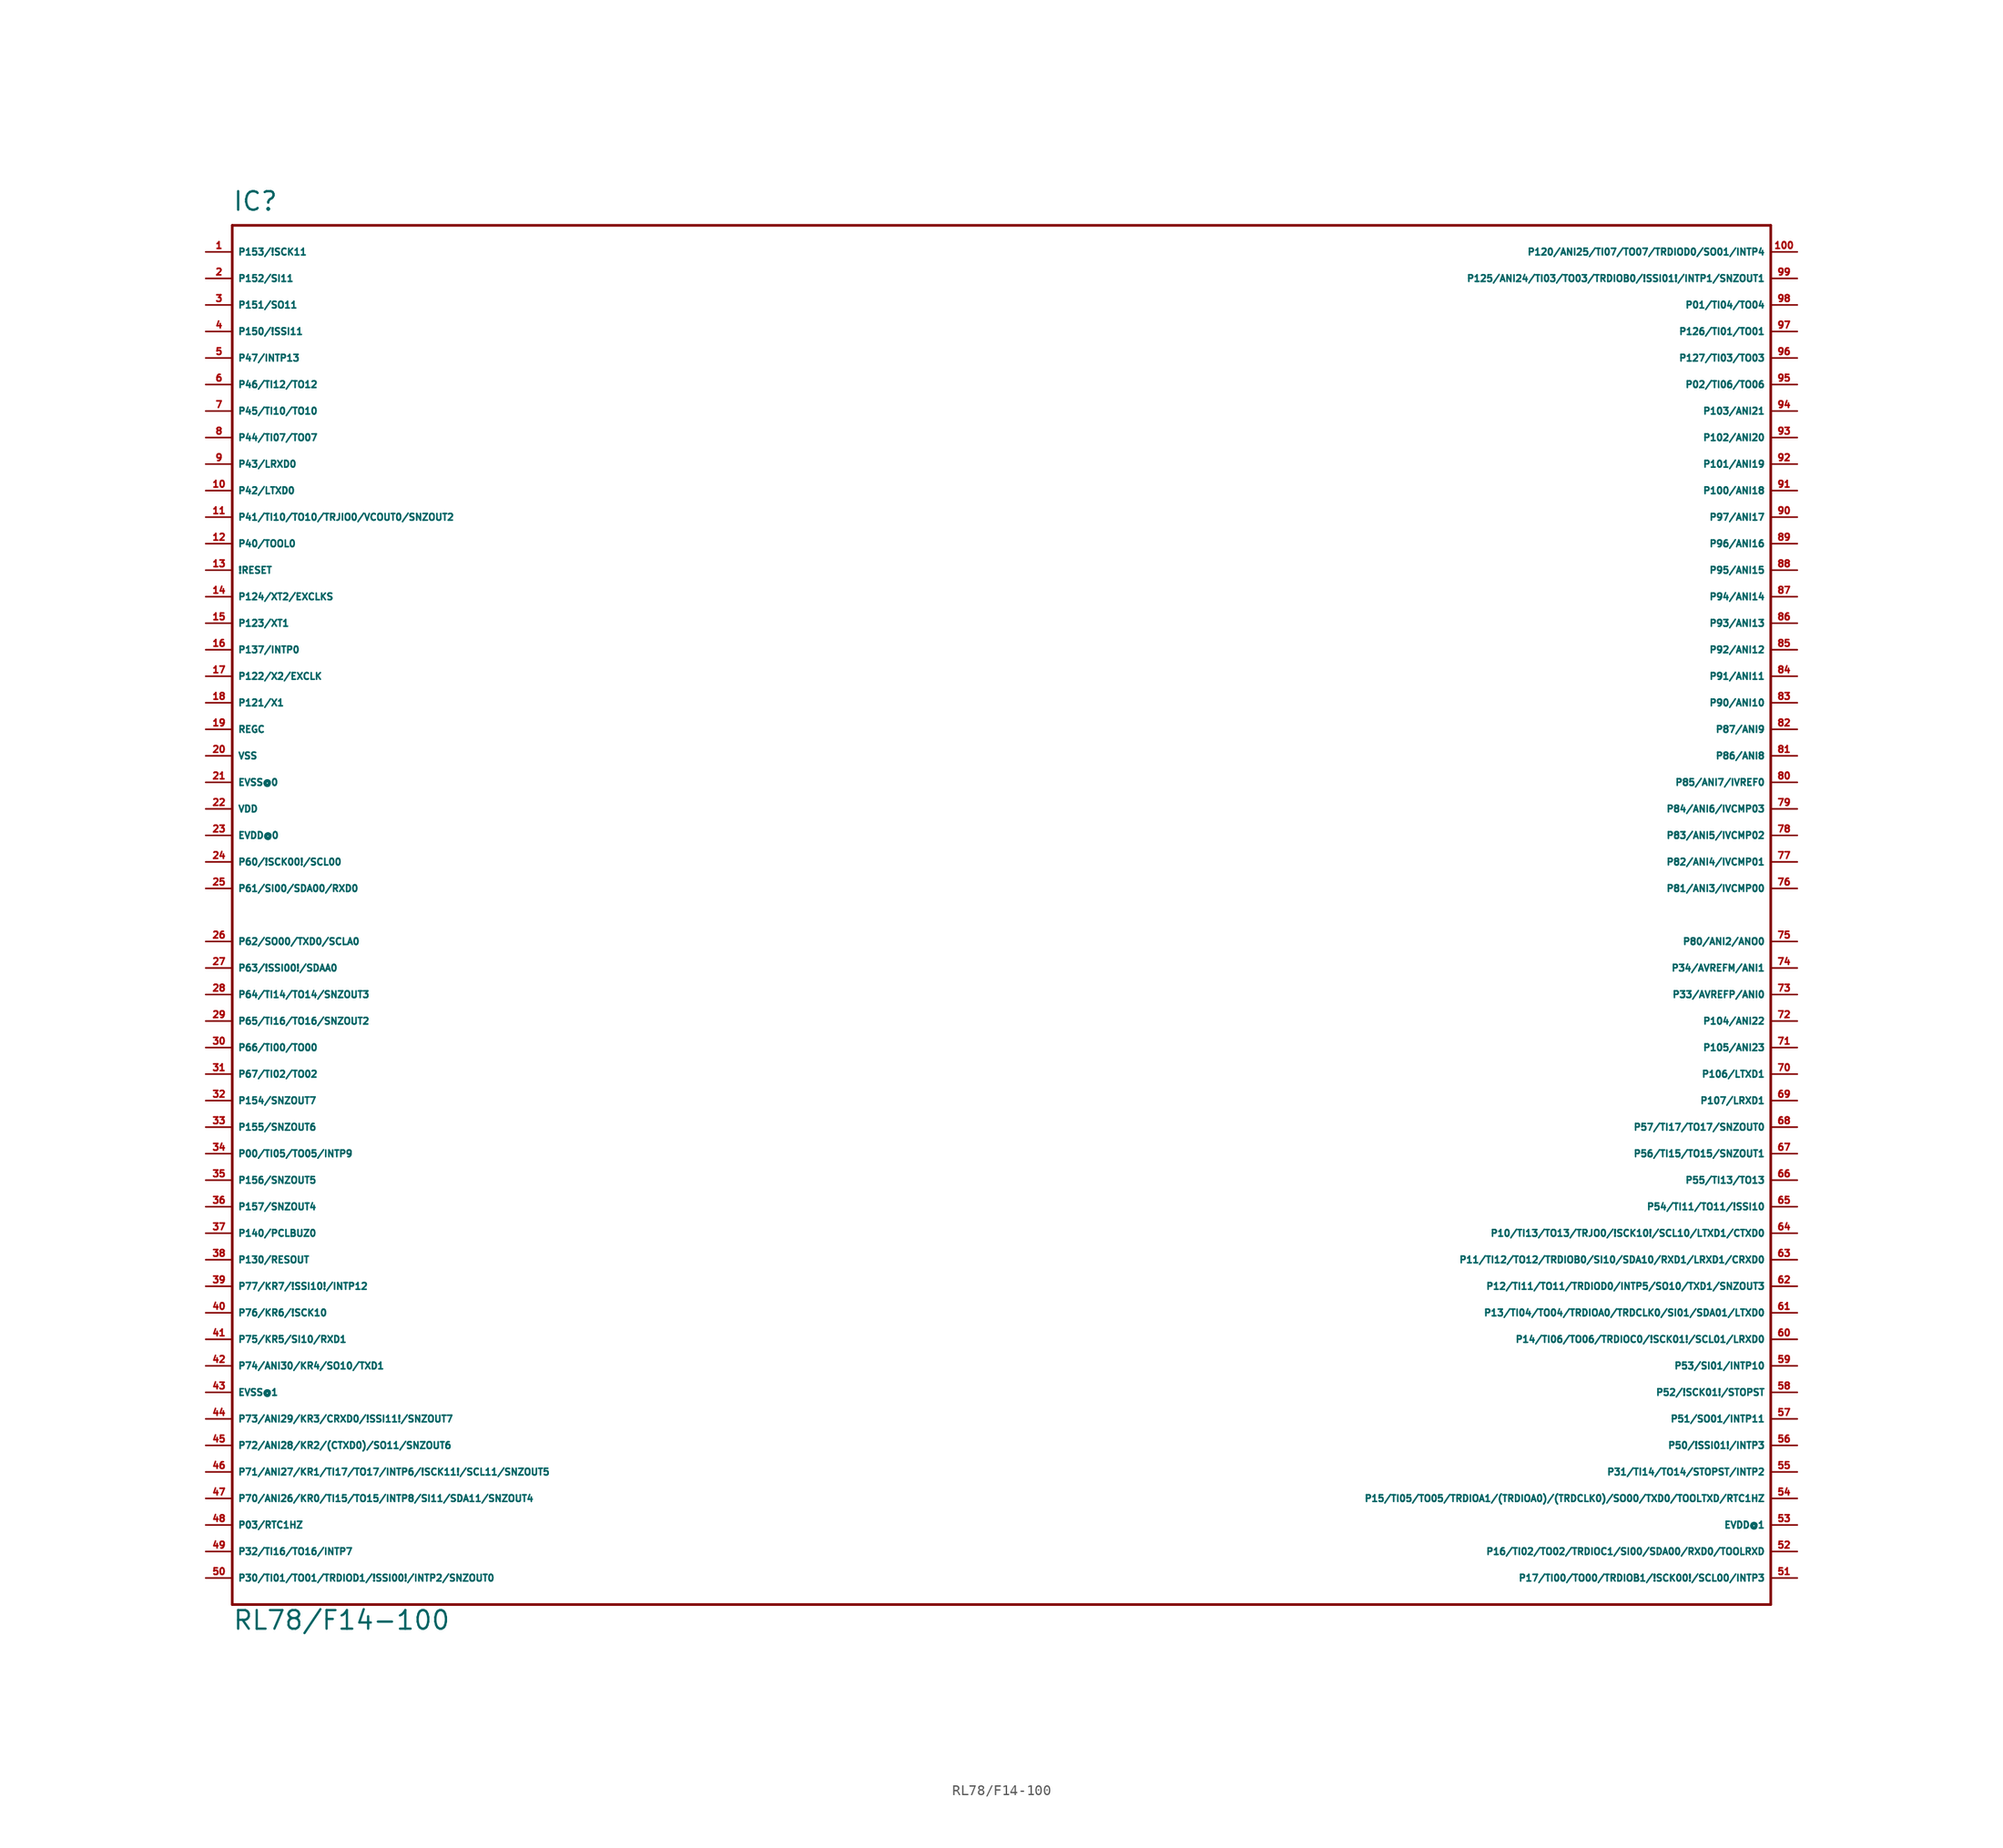
<source format=kicad_sym>
(kicad_symbol_lib
  (version 20220914)
  (generator Eagle2Kicad)
  (symbol "RL78/F14-100"
    (property "Reference" "IC"
      (at -73.66 67.31 0)
      (effects (font (size 1.778 1.778) (thickness 0.22)) (justify left bottom)))
    (property "Value" "RL78/F14-100"
      (at -73.66 -68.58 0)
      (effects (font (size 1.778 1.778) (thickness 0.22)) (justify left bottom)))
    (polyline
      (pts (xy -73.66 66.04) (xy -73.66 -66.04))
      (stroke (width 0.254) (type default))
      (fill (type none)))
    (polyline
      (pts (xy -73.66 -66.04) (xy 73.66 -66.04))
      (stroke (width 0.254) (type default))
      (fill (type none)))
    (polyline
      (pts (xy 73.66 -66.04) (xy 73.66 66.04))
      (stroke (width 0.254) (type default))
      (fill (type none)))
    (polyline
      (pts (xy 73.66 66.04) (xy -73.66 66.04))
      (stroke (width 0.254) (type default))
      (fill (type none)))
    (pin bidirectional line
      (at -76.2 63.5 0)
      (length 2.54)
      (name "P153/!SCK11" (effects (font (size 0.635 0.635) (thickness 0.08)) (justify left bottom)))
      (number "1" (effects (font (size 0.635 0.635) (thickness 0.08)) (justify left bottom))))
    (pin bidirectional line
      (at -76.2 60.96 0)
      (length 2.54)
      (name "P152/SI11" (effects (font (size 0.635 0.635) (thickness 0.08)) (justify left bottom)))
      (number "2" (effects (font (size 0.635 0.635) (thickness 0.08)) (justify left bottom))))
    (pin bidirectional line
      (at -76.2 58.42 0)
      (length 2.54)
      (name "P151/SO11" (effects (font (size 0.635 0.635) (thickness 0.08)) (justify left bottom)))
      (number "3" (effects (font (size 0.635 0.635) (thickness 0.08)) (justify left bottom))))
    (pin bidirectional line
      (at -76.2 55.88 0)
      (length 2.54)
      (name "P150/!SSI11" (effects (font (size 0.635 0.635) (thickness 0.08)) (justify left bottom)))
      (number "4" (effects (font (size 0.635 0.635) (thickness 0.08)) (justify left bottom))))
    (pin bidirectional line
      (at -76.2 53.34 0)
      (length 2.54)
      (name "P47/INTP13" (effects (font (size 0.635 0.635) (thickness 0.08)) (justify left bottom)))
      (number "5" (effects (font (size 0.635 0.635) (thickness 0.08)) (justify left bottom))))
    (pin bidirectional line
      (at -76.2 50.8 0)
      (length 2.54)
      (name "P46/TI12/TO12" (effects (font (size 0.635 0.635) (thickness 0.08)) (justify left bottom)))
      (number "6" (effects (font (size 0.635 0.635) (thickness 0.08)) (justify left bottom))))
    (pin bidirectional line
      (at -76.2 48.26 0)
      (length 2.54)
      (name "P45/TI10/TO10" (effects (font (size 0.635 0.635) (thickness 0.08)) (justify left bottom)))
      (number "7" (effects (font (size 0.635 0.635) (thickness 0.08)) (justify left bottom))))
    (pin bidirectional line
      (at -76.2 45.72 0)
      (length 2.54)
      (name "P44/TI07/TO07" (effects (font (size 0.635 0.635) (thickness 0.08)) (justify left bottom)))
      (number "8" (effects (font (size 0.635 0.635) (thickness 0.08)) (justify left bottom))))
    (pin bidirectional line
      (at -76.2 43.18 0)
      (length 2.54)
      (name "P43/LRXD0" (effects (font (size 0.635 0.635) (thickness 0.08)) (justify left bottom)))
      (number "9" (effects (font (size 0.635 0.635) (thickness 0.08)) (justify left bottom))))
    (pin bidirectional line
      (at -76.2 40.64 0)
      (length 2.54)
      (name "P42/LTXD0" (effects (font (size 0.635 0.635) (thickness 0.08)) (justify left bottom)))
      (number "10" (effects (font (size 0.635 0.635) (thickness 0.08)) (justify left bottom))))
    (pin bidirectional line
      (at -76.2 38.1 0)
      (length 2.54)
      (name "P41/TI10/TO10/TRJIO0/VCOUT0/SNZOUT2" (effects (font (size 0.635 0.635) (thickness 0.08)) (justify left bottom)))
      (number "11" (effects (font (size 0.635 0.635) (thickness 0.08)) (justify left bottom))))
    (pin bidirectional line
      (at -76.2 35.56 0)
      (length 2.54)
      (name "P40/TOOL0" (effects (font (size 0.635 0.635) (thickness 0.08)) (justify left bottom)))
      (number "12" (effects (font (size 0.635 0.635) (thickness 0.08)) (justify left bottom))))
    (pin input line
      (at -76.2 33.02 0)
      (length 2.54)
      (name "!RESET" (effects (font (size 0.635 0.635) (thickness 0.08)) (justify left bottom)))
      (number "13" (effects (font (size 0.635 0.635) (thickness 0.08)) (justify left bottom))))
    (pin input line
      (at -76.2 30.48 0)
      (length 2.54)
      (name "P124/XT2/EXCLKS" (effects (font (size 0.635 0.635) (thickness 0.08)) (justify left bottom)))
      (number "14" (effects (font (size 0.635 0.635) (thickness 0.08)) (justify left bottom))))
    (pin input line
      (at -76.2 27.94 0)
      (length 2.54)
      (name "P123/XT1" (effects (font (size 0.635 0.635) (thickness 0.08)) (justify left bottom)))
      (number "15" (effects (font (size 0.635 0.635) (thickness 0.08)) (justify left bottom))))
    (pin input line
      (at -76.2 25.4 0)
      (length 2.54)
      (name "P137/INTP0" (effects (font (size 0.635 0.635) (thickness 0.08)) (justify left bottom)))
      (number "16" (effects (font (size 0.635 0.635) (thickness 0.08)) (justify left bottom))))
    (pin input line
      (at -76.2 22.86 0)
      (length 2.54)
      (name "P122/X2/EXCLK" (effects (font (size 0.635 0.635) (thickness 0.08)) (justify left bottom)))
      (number "17" (effects (font (size 0.635 0.635) (thickness 0.08)) (justify left bottom))))
    (pin input line
      (at -76.2 20.32 0)
      (length 2.54)
      (name "P121/X1" (effects (font (size 0.635 0.635) (thickness 0.08)) (justify left bottom)))
      (number "18" (effects (font (size 0.635 0.635) (thickness 0.08)) (justify left bottom))))
    (pin passive line
      (at -76.2 17.78 0)
      (length 2.54)
      (name "REGC" (effects (font (size 0.635 0.635) (thickness 0.08)) (justify left bottom)))
      (number "19" (effects (font (size 0.635 0.635) (thickness 0.08)) (justify left bottom))))
    (pin unspecified line
      (at -76.2 15.24 0)
      (length 2.54)
      (name "VSS" (effects (font (size 0.635 0.635) (thickness 0.08)) (justify left bottom)))
      (number "20" (effects (font (size 0.635 0.635) (thickness 0.08)) (justify left bottom))))
    (pin unspecified line
      (at -76.2 12.7 0)
      (length 2.54)
      (name "EVSS@0" (effects (font (size 0.635 0.635) (thickness 0.08)) (justify left bottom)))
      (number "21" (effects (font (size 0.635 0.635) (thickness 0.08)) (justify left bottom))))
    (pin unspecified line
      (at -76.2 10.16 0)
      (length 2.54)
      (name "VDD" (effects (font (size 0.635 0.635) (thickness 0.08)) (justify left bottom)))
      (number "22" (effects (font (size 0.635 0.635) (thickness 0.08)) (justify left bottom))))
    (pin unspecified line
      (at -76.2 7.62 0)
      (length 2.54)
      (name "EVDD@0" (effects (font (size 0.635 0.635) (thickness 0.08)) (justify left bottom)))
      (number "23" (effects (font (size 0.635 0.635) (thickness 0.08)) (justify left bottom))))
    (pin bidirectional line
      (at -76.2 5.08 0)
      (length 2.54)
      (name "P60/!SCK00!/SCL00" (effects (font (size 0.635 0.635) (thickness 0.08)) (justify left bottom)))
      (number "24" (effects (font (size 0.635 0.635) (thickness 0.08)) (justify left bottom))))
    (pin bidirectional line
      (at -76.2 2.54 0)
      (length 2.54)
      (name "P61/SI00/SDA00/RXD0" (effects (font (size 0.635 0.635) (thickness 0.08)) (justify left bottom)))
      (number "25" (effects (font (size 0.635 0.635) (thickness 0.08)) (justify left bottom))))
    (pin bidirectional line
      (at -76.2 -2.54 0)
      (length 2.54)
      (name "P62/SO00/TXD0/SCLA0" (effects (font (size 0.635 0.635) (thickness 0.08)) (justify left bottom)))
      (number "26" (effects (font (size 0.635 0.635) (thickness 0.08)) (justify left bottom))))
    (pin bidirectional line
      (at -76.2 -5.08 0)
      (length 2.54)
      (name "P63/!SSI00!/SDAA0" (effects (font (size 0.635 0.635) (thickness 0.08)) (justify left bottom)))
      (number "27" (effects (font (size 0.635 0.635) (thickness 0.08)) (justify left bottom))))
    (pin bidirectional line
      (at -76.2 -7.62 0)
      (length 2.54)
      (name "P64/TI14/TO14/SNZOUT3" (effects (font (size 0.635 0.635) (thickness 0.08)) (justify left bottom)))
      (number "28" (effects (font (size 0.635 0.635) (thickness 0.08)) (justify left bottom))))
    (pin bidirectional line
      (at -76.2 -10.16 0)
      (length 2.54)
      (name "P65/TI16/TO16/SNZOUT2" (effects (font (size 0.635 0.635) (thickness 0.08)) (justify left bottom)))
      (number "29" (effects (font (size 0.635 0.635) (thickness 0.08)) (justify left bottom))))
    (pin bidirectional line
      (at -76.2 -12.7 0)
      (length 2.54)
      (name "P66/TI00/TO00" (effects (font (size 0.635 0.635) (thickness 0.08)) (justify left bottom)))
      (number "30" (effects (font (size 0.635 0.635) (thickness 0.08)) (justify left bottom))))
    (pin bidirectional line
      (at -76.2 -15.24 0)
      (length 2.54)
      (name "P67/TI02/TO02" (effects (font (size 0.635 0.635) (thickness 0.08)) (justify left bottom)))
      (number "31" (effects (font (size 0.635 0.635) (thickness 0.08)) (justify left bottom))))
    (pin bidirectional line
      (at -76.2 -17.78 0)
      (length 2.54)
      (name "P154/SNZOUT7" (effects (font (size 0.635 0.635) (thickness 0.08)) (justify left bottom)))
      (number "32" (effects (font (size 0.635 0.635) (thickness 0.08)) (justify left bottom))))
    (pin bidirectional line
      (at -76.2 -20.32 0)
      (length 2.54)
      (name "P155/SNZOUT6" (effects (font (size 0.635 0.635) (thickness 0.08)) (justify left bottom)))
      (number "33" (effects (font (size 0.635 0.635) (thickness 0.08)) (justify left bottom))))
    (pin bidirectional line
      (at -76.2 -22.86 0)
      (length 2.54)
      (name "P00/TI05/TO05/INTP9" (effects (font (size 0.635 0.635) (thickness 0.08)) (justify left bottom)))
      (number "34" (effects (font (size 0.635 0.635) (thickness 0.08)) (justify left bottom))))
    (pin bidirectional line
      (at -76.2 -25.4 0)
      (length 2.54)
      (name "P156/SNZOUT5" (effects (font (size 0.635 0.635) (thickness 0.08)) (justify left bottom)))
      (number "35" (effects (font (size 0.635 0.635) (thickness 0.08)) (justify left bottom))))
    (pin bidirectional line
      (at -76.2 -27.94 0)
      (length 2.54)
      (name "P157/SNZOUT4" (effects (font (size 0.635 0.635) (thickness 0.08)) (justify left bottom)))
      (number "36" (effects (font (size 0.635 0.635) (thickness 0.08)) (justify left bottom))))
    (pin bidirectional line
      (at -76.2 -30.48 0)
      (length 2.54)
      (name "P140/PCLBUZ0" (effects (font (size 0.635 0.635) (thickness 0.08)) (justify left bottom)))
      (number "37" (effects (font (size 0.635 0.635) (thickness 0.08)) (justify left bottom))))
    (pin bidirectional line
      (at -76.2 -33.02 0)
      (length 2.54)
      (name "P130/RESOUT" (effects (font (size 0.635 0.635) (thickness 0.08)) (justify left bottom)))
      (number "38" (effects (font (size 0.635 0.635) (thickness 0.08)) (justify left bottom))))
    (pin bidirectional line
      (at -76.2 -35.56 0)
      (length 2.54)
      (name "P77/KR7/!SSI10!/INTP12" (effects (font (size 0.635 0.635) (thickness 0.08)) (justify left bottom)))
      (number "39" (effects (font (size 0.635 0.635) (thickness 0.08)) (justify left bottom))))
    (pin bidirectional line
      (at -76.2 -38.1 0)
      (length 2.54)
      (name "P76/KR6/!SCK10" (effects (font (size 0.635 0.635) (thickness 0.08)) (justify left bottom)))
      (number "40" (effects (font (size 0.635 0.635) (thickness 0.08)) (justify left bottom))))
    (pin bidirectional line
      (at -76.2 -40.64 0)
      (length 2.54)
      (name "P75/KR5/SI10/RXD1" (effects (font (size 0.635 0.635) (thickness 0.08)) (justify left bottom)))
      (number "41" (effects (font (size 0.635 0.635) (thickness 0.08)) (justify left bottom))))
    (pin bidirectional line
      (at -76.2 -43.18 0)
      (length 2.54)
      (name "P74/ANI30/KR4/SO10/TXD1" (effects (font (size 0.635 0.635) (thickness 0.08)) (justify left bottom)))
      (number "42" (effects (font (size 0.635 0.635) (thickness 0.08)) (justify left bottom))))
    (pin unspecified line
      (at -76.2 -45.72 0)
      (length 2.54)
      (name "EVSS@1" (effects (font (size 0.635 0.635) (thickness 0.08)) (justify left bottom)))
      (number "43" (effects (font (size 0.635 0.635) (thickness 0.08)) (justify left bottom))))
    (pin bidirectional line
      (at -76.2 -48.26 0)
      (length 2.54)
      (name "P73/ANI29/KR3/CRXD0/!SSI11!/SNZOUT7" (effects (font (size 0.635 0.635) (thickness 0.08)) (justify left bottom)))
      (number "44" (effects (font (size 0.635 0.635) (thickness 0.08)) (justify left bottom))))
    (pin bidirectional line
      (at -76.2 -50.8 0)
      (length 2.54)
      (name "P72/ANI28/KR2/(CTXD0)/SO11/SNZOUT6" (effects (font (size 0.635 0.635) (thickness 0.08)) (justify left bottom)))
      (number "45" (effects (font (size 0.635 0.635) (thickness 0.08)) (justify left bottom))))
    (pin bidirectional line
      (at -76.2 -53.34 0)
      (length 2.54)
      (name "P71/ANI27/KR1/TI17/TO17/INTP6/!SCK11!/SCL11/SNZOUT5" (effects (font (size 0.635 0.635) (thickness 0.08)) (justify left bottom)))
      (number "46" (effects (font (size 0.635 0.635) (thickness 0.08)) (justify left bottom))))
    (pin bidirectional line
      (at -76.2 -55.88 0)
      (length 2.54)
      (name "P70/ANI26/KR0/TI15/TO15/INTP8/SI11/SDA11/SNZOUT4" (effects (font (size 0.635 0.635) (thickness 0.08)) (justify left bottom)))
      (number "47" (effects (font (size 0.635 0.635) (thickness 0.08)) (justify left bottom))))
    (pin bidirectional line
      (at -76.2 -58.42 0)
      (length 2.54)
      (name "P03/RTC1HZ" (effects (font (size 0.635 0.635) (thickness 0.08)) (justify left bottom)))
      (number "48" (effects (font (size 0.635 0.635) (thickness 0.08)) (justify left bottom))))
    (pin bidirectional line
      (at -76.2 -60.96 0)
      (length 2.54)
      (name "P32/TI16/TO16/INTP7" (effects (font (size 0.635 0.635) (thickness 0.08)) (justify left bottom)))
      (number "49" (effects (font (size 0.635 0.635) (thickness 0.08)) (justify left bottom))))
    (pin bidirectional line
      (at -76.2 -63.5 0)
      (length 2.54)
      (name "P30/TI01/TO01/TRDIOD1/!SSI00!/INTP2/SNZOUT0" (effects (font (size 0.635 0.635) (thickness 0.08)) (justify left bottom)))
      (number "50" (effects (font (size 0.635 0.635) (thickness 0.08)) (justify left bottom))))
    (pin bidirectional line
      (at 76.2 -63.5 180)
      (length 2.54)
      (name "P17/TI00/TO00/TRDIOB1/!SCK00!/SCL00/INTP3" (effects (font (size 0.635 0.635) (thickness 0.08)) (justify left bottom)))
      (number "51" (effects (font (size 0.635 0.635) (thickness 0.08)) (justify left bottom))))
    (pin bidirectional line
      (at 76.2 -60.96 180)
      (length 2.54)
      (name "P16/TI02/TO02/TRDIOC1/SI00/SDA00/RXD0/TOOLRXD" (effects (font (size 0.635 0.635) (thickness 0.08)) (justify left bottom)))
      (number "52" (effects (font (size 0.635 0.635) (thickness 0.08)) (justify left bottom))))
    (pin unspecified line
      (at 76.2 -58.42 180)
      (length 2.54)
      (name "EVDD@1" (effects (font (size 0.635 0.635) (thickness 0.08)) (justify left bottom)))
      (number "53" (effects (font (size 0.635 0.635) (thickness 0.08)) (justify left bottom))))
    (pin bidirectional line
      (at 76.2 -55.88 180)
      (length 2.54)
      (name "P15/TI05/TO05/TRDIOA1/(TRDIOA0)/(TRDCLK0)/SO00/TXD0/TOOLTXD/RTC1HZ" (effects (font (size 0.635 0.635) (thickness 0.08)) (justify left bottom)))
      (number "54" (effects (font (size 0.635 0.635) (thickness 0.08)) (justify left bottom))))
    (pin bidirectional line
      (at 76.2 -53.34 180)
      (length 2.54)
      (name "P31/TI14/TO14/STOPST/INTP2" (effects (font (size 0.635 0.635) (thickness 0.08)) (justify left bottom)))
      (number "55" (effects (font (size 0.635 0.635) (thickness 0.08)) (justify left bottom))))
    (pin bidirectional line
      (at 76.2 -50.8 180)
      (length 2.54)
      (name "P50/!SSI01!/INTP3" (effects (font (size 0.635 0.635) (thickness 0.08)) (justify left bottom)))
      (number "56" (effects (font (size 0.635 0.635) (thickness 0.08)) (justify left bottom))))
    (pin bidirectional line
      (at 76.2 -48.26 180)
      (length 2.54)
      (name "P51/SO01/INTP11" (effects (font (size 0.635 0.635) (thickness 0.08)) (justify left bottom)))
      (number "57" (effects (font (size 0.635 0.635) (thickness 0.08)) (justify left bottom))))
    (pin bidirectional line
      (at 76.2 -45.72 180)
      (length 2.54)
      (name "P52/!SCK01!/STOPST" (effects (font (size 0.635 0.635) (thickness 0.08)) (justify left bottom)))
      (number "58" (effects (font (size 0.635 0.635) (thickness 0.08)) (justify left bottom))))
    (pin bidirectional line
      (at 76.2 -43.18 180)
      (length 2.54)
      (name "P53/SI01/INTP10" (effects (font (size 0.635 0.635) (thickness 0.08)) (justify left bottom)))
      (number "59" (effects (font (size 0.635 0.635) (thickness 0.08)) (justify left bottom))))
    (pin bidirectional line
      (at 76.2 -40.64 180)
      (length 2.54)
      (name "P14/TI06/TO06/TRDIOC0/!SCK01!/SCL01/LRXD0" (effects (font (size 0.635 0.635) (thickness 0.08)) (justify left bottom)))
      (number "60" (effects (font (size 0.635 0.635) (thickness 0.08)) (justify left bottom))))
    (pin bidirectional line
      (at 76.2 -38.1 180)
      (length 2.54)
      (name "P13/TI04/TO04/TRDIOA0/TRDCLK0/SI01/SDA01/LTXD0" (effects (font (size 0.635 0.635) (thickness 0.08)) (justify left bottom)))
      (number "61" (effects (font (size 0.635 0.635) (thickness 0.08)) (justify left bottom))))
    (pin bidirectional line
      (at 76.2 -35.56 180)
      (length 2.54)
      (name "P12/TI11/TO11/TRDIOD0/INTP5/SO10/TXD1/SNZOUT3" (effects (font (size 0.635 0.635) (thickness 0.08)) (justify left bottom)))
      (number "62" (effects (font (size 0.635 0.635) (thickness 0.08)) (justify left bottom))))
    (pin bidirectional line
      (at 76.2 -33.02 180)
      (length 2.54)
      (name "P11/TI12/TO12/TRDIOB0/SI10/SDA10/RXD1/LRXD1/CRXD0" (effects (font (size 0.635 0.635) (thickness 0.08)) (justify left bottom)))
      (number "63" (effects (font (size 0.635 0.635) (thickness 0.08)) (justify left bottom))))
    (pin bidirectional line
      (at 76.2 -30.48 180)
      (length 2.54)
      (name "P10/TI13/TO13/TRJO0/!SCK10!/SCL10/LTXD1/CTXD0" (effects (font (size 0.635 0.635) (thickness 0.08)) (justify left bottom)))
      (number "64" (effects (font (size 0.635 0.635) (thickness 0.08)) (justify left bottom))))
    (pin bidirectional line
      (at 76.2 -27.94 180)
      (length 2.54)
      (name "P54/TI11/TO11/!SSI10" (effects (font (size 0.635 0.635) (thickness 0.08)) (justify left bottom)))
      (number "65" (effects (font (size 0.635 0.635) (thickness 0.08)) (justify left bottom))))
    (pin bidirectional line
      (at 76.2 -25.4 180)
      (length 2.54)
      (name "P55/TI13/TO13" (effects (font (size 0.635 0.635) (thickness 0.08)) (justify left bottom)))
      (number "66" (effects (font (size 0.635 0.635) (thickness 0.08)) (justify left bottom))))
    (pin bidirectional line
      (at 76.2 -22.86 180)
      (length 2.54)
      (name "P56/TI15/TO15/SNZOUT1" (effects (font (size 0.635 0.635) (thickness 0.08)) (justify left bottom)))
      (number "67" (effects (font (size 0.635 0.635) (thickness 0.08)) (justify left bottom))))
    (pin bidirectional line
      (at 76.2 -20.32 180)
      (length 2.54)
      (name "P57/TI17/TO17/SNZOUT0" (effects (font (size 0.635 0.635) (thickness 0.08)) (justify left bottom)))
      (number "68" (effects (font (size 0.635 0.635) (thickness 0.08)) (justify left bottom))))
    (pin bidirectional line
      (at 76.2 -17.78 180)
      (length 2.54)
      (name "P107/LRXD1" (effects (font (size 0.635 0.635) (thickness 0.08)) (justify left bottom)))
      (number "69" (effects (font (size 0.635 0.635) (thickness 0.08)) (justify left bottom))))
    (pin bidirectional line
      (at 76.2 -15.24 180)
      (length 2.54)
      (name "P106/LTXD1" (effects (font (size 0.635 0.635) (thickness 0.08)) (justify left bottom)))
      (number "70" (effects (font (size 0.635 0.635) (thickness 0.08)) (justify left bottom))))
    (pin bidirectional line
      (at 76.2 -12.7 180)
      (length 2.54)
      (name "P105/ANI23" (effects (font (size 0.635 0.635) (thickness 0.08)) (justify left bottom)))
      (number "71" (effects (font (size 0.635 0.635) (thickness 0.08)) (justify left bottom))))
    (pin bidirectional line
      (at 76.2 -10.16 180)
      (length 2.54)
      (name "P104/ANI22" (effects (font (size 0.635 0.635) (thickness 0.08)) (justify left bottom)))
      (number "72" (effects (font (size 0.635 0.635) (thickness 0.08)) (justify left bottom))))
    (pin bidirectional line
      (at 76.2 -7.62 180)
      (length 2.54)
      (name "P33/AVREFP/ANI0" (effects (font (size 0.635 0.635) (thickness 0.08)) (justify left bottom)))
      (number "73" (effects (font (size 0.635 0.635) (thickness 0.08)) (justify left bottom))))
    (pin bidirectional line
      (at 76.2 -5.08 180)
      (length 2.54)
      (name "P34/AVREFM/ANI1" (effects (font (size 0.635 0.635) (thickness 0.08)) (justify left bottom)))
      (number "74" (effects (font (size 0.635 0.635) (thickness 0.08)) (justify left bottom))))
    (pin bidirectional line
      (at 76.2 -2.54 180)
      (length 2.54)
      (name "P80/ANI2/ANO0" (effects (font (size 0.635 0.635) (thickness 0.08)) (justify left bottom)))
      (number "75" (effects (font (size 0.635 0.635) (thickness 0.08)) (justify left bottom))))
    (pin bidirectional line
      (at 76.2 2.54 180)
      (length 2.54)
      (name "P81/ANI3/IVCMP00" (effects (font (size 0.635 0.635) (thickness 0.08)) (justify left bottom)))
      (number "76" (effects (font (size 0.635 0.635) (thickness 0.08)) (justify left bottom))))
    (pin bidirectional line
      (at 76.2 5.08 180)
      (length 2.54)
      (name "P82/ANI4/IVCMP01" (effects (font (size 0.635 0.635) (thickness 0.08)) (justify left bottom)))
      (number "77" (effects (font (size 0.635 0.635) (thickness 0.08)) (justify left bottom))))
    (pin bidirectional line
      (at 76.2 7.62 180)
      (length 2.54)
      (name "P83/ANI5/IVCMP02" (effects (font (size 0.635 0.635) (thickness 0.08)) (justify left bottom)))
      (number "78" (effects (font (size 0.635 0.635) (thickness 0.08)) (justify left bottom))))
    (pin bidirectional line
      (at 76.2 10.16 180)
      (length 2.54)
      (name "P84/ANI6/IVCMP03" (effects (font (size 0.635 0.635) (thickness 0.08)) (justify left bottom)))
      (number "79" (effects (font (size 0.635 0.635) (thickness 0.08)) (justify left bottom))))
    (pin bidirectional line
      (at 76.2 12.7 180)
      (length 2.54)
      (name "P85/ANI7/IVREF0" (effects (font (size 0.635 0.635) (thickness 0.08)) (justify left bottom)))
      (number "80" (effects (font (size 0.635 0.635) (thickness 0.08)) (justify left bottom))))
    (pin bidirectional line
      (at 76.2 15.24 180)
      (length 2.54)
      (name "P86/ANI8" (effects (font (size 0.635 0.635) (thickness 0.08)) (justify left bottom)))
      (number "81" (effects (font (size 0.635 0.635) (thickness 0.08)) (justify left bottom))))
    (pin bidirectional line
      (at 76.2 17.78 180)
      (length 2.54)
      (name "P87/ANI9" (effects (font (size 0.635 0.635) (thickness 0.08)) (justify left bottom)))
      (number "82" (effects (font (size 0.635 0.635) (thickness 0.08)) (justify left bottom))))
    (pin bidirectional line
      (at 76.2 20.32 180)
      (length 2.54)
      (name "P90/ANI10" (effects (font (size 0.635 0.635) (thickness 0.08)) (justify left bottom)))
      (number "83" (effects (font (size 0.635 0.635) (thickness 0.08)) (justify left bottom))))
    (pin bidirectional line
      (at 76.2 22.86 180)
      (length 2.54)
      (name "P91/ANI11" (effects (font (size 0.635 0.635) (thickness 0.08)) (justify left bottom)))
      (number "84" (effects (font (size 0.635 0.635) (thickness 0.08)) (justify left bottom))))
    (pin bidirectional line
      (at 76.2 25.4 180)
      (length 2.54)
      (name "P92/ANI12" (effects (font (size 0.635 0.635) (thickness 0.08)) (justify left bottom)))
      (number "85" (effects (font (size 0.635 0.635) (thickness 0.08)) (justify left bottom))))
    (pin bidirectional line
      (at 76.2 27.94 180)
      (length 2.54)
      (name "P93/ANI13" (effects (font (size 0.635 0.635) (thickness 0.08)) (justify left bottom)))
      (number "86" (effects (font (size 0.635 0.635) (thickness 0.08)) (justify left bottom))))
    (pin bidirectional line
      (at 76.2 30.48 180)
      (length 2.54)
      (name "P94/ANI14" (effects (font (size 0.635 0.635) (thickness 0.08)) (justify left bottom)))
      (number "87" (effects (font (size 0.635 0.635) (thickness 0.08)) (justify left bottom))))
    (pin bidirectional line
      (at 76.2 33.02 180)
      (length 2.54)
      (name "P95/ANI15" (effects (font (size 0.635 0.635) (thickness 0.08)) (justify left bottom)))
      (number "88" (effects (font (size 0.635 0.635) (thickness 0.08)) (justify left bottom))))
    (pin bidirectional line
      (at 76.2 35.56 180)
      (length 2.54)
      (name "P96/ANI16" (effects (font (size 0.635 0.635) (thickness 0.08)) (justify left bottom)))
      (number "89" (effects (font (size 0.635 0.635) (thickness 0.08)) (justify left bottom))))
    (pin bidirectional line
      (at 76.2 38.1 180)
      (length 2.54)
      (name "P97/ANI17" (effects (font (size 0.635 0.635) (thickness 0.08)) (justify left bottom)))
      (number "90" (effects (font (size 0.635 0.635) (thickness 0.08)) (justify left bottom))))
    (pin bidirectional line
      (at 76.2 40.64 180)
      (length 2.54)
      (name "P100/ANI18" (effects (font (size 0.635 0.635) (thickness 0.08)) (justify left bottom)))
      (number "91" (effects (font (size 0.635 0.635) (thickness 0.08)) (justify left bottom))))
    (pin bidirectional line
      (at 76.2 43.18 180)
      (length 2.54)
      (name "P101/ANI19" (effects (font (size 0.635 0.635) (thickness 0.08)) (justify left bottom)))
      (number "92" (effects (font (size 0.635 0.635) (thickness 0.08)) (justify left bottom))))
    (pin bidirectional line
      (at 76.2 45.72 180)
      (length 2.54)
      (name "P102/ANI20" (effects (font (size 0.635 0.635) (thickness 0.08)) (justify left bottom)))
      (number "93" (effects (font (size 0.635 0.635) (thickness 0.08)) (justify left bottom))))
    (pin bidirectional line
      (at 76.2 48.26 180)
      (length 2.54)
      (name "P103/ANI21" (effects (font (size 0.635 0.635) (thickness 0.08)) (justify left bottom)))
      (number "94" (effects (font (size 0.635 0.635) (thickness 0.08)) (justify left bottom))))
    (pin bidirectional line
      (at 76.2 50.8 180)
      (length 2.54)
      (name "P02/TI06/TO06" (effects (font (size 0.635 0.635) (thickness 0.08)) (justify left bottom)))
      (number "95" (effects (font (size 0.635 0.635) (thickness 0.08)) (justify left bottom))))
    (pin bidirectional line
      (at 76.2 53.34 180)
      (length 2.54)
      (name "P127/TI03/TO03" (effects (font (size 0.635 0.635) (thickness 0.08)) (justify left bottom)))
      (number "96" (effects (font (size 0.635 0.635) (thickness 0.08)) (justify left bottom))))
    (pin bidirectional line
      (at 76.2 55.88 180)
      (length 2.54)
      (name "P126/TI01/TO01" (effects (font (size 0.635 0.635) (thickness 0.08)) (justify left bottom)))
      (number "97" (effects (font (size 0.635 0.635) (thickness 0.08)) (justify left bottom))))
    (pin bidirectional line
      (at 76.2 58.42 180)
      (length 2.54)
      (name "P01/TI04/TO04" (effects (font (size 0.635 0.635) (thickness 0.08)) (justify left bottom)))
      (number "98" (effects (font (size 0.635 0.635) (thickness 0.08)) (justify left bottom))))
    (pin bidirectional line
      (at 76.2 60.96 180)
      (length 2.54)
      (name "P125/ANI24/TI03/TO03/TRDIOB0/!SSI01!/INTP1/SNZOUT1" (effects (font (size 0.635 0.635) (thickness 0.08)) (justify left bottom)))
      (number "99" (effects (font (size 0.635 0.635) (thickness 0.08)) (justify left bottom))))
    (pin bidirectional line
      (at 76.2 63.5 180)
      (length 2.54)
      (name "P120/ANI25/TI07/TO07/TRDIOD0/SO01/INTP4" (effects (font (size 0.635 0.635) (thickness 0.08)) (justify left bottom)))
      (number "100" (effects (font (size 0.635 0.635) (thickness 0.08)) (justify left bottom))))))
</source>
